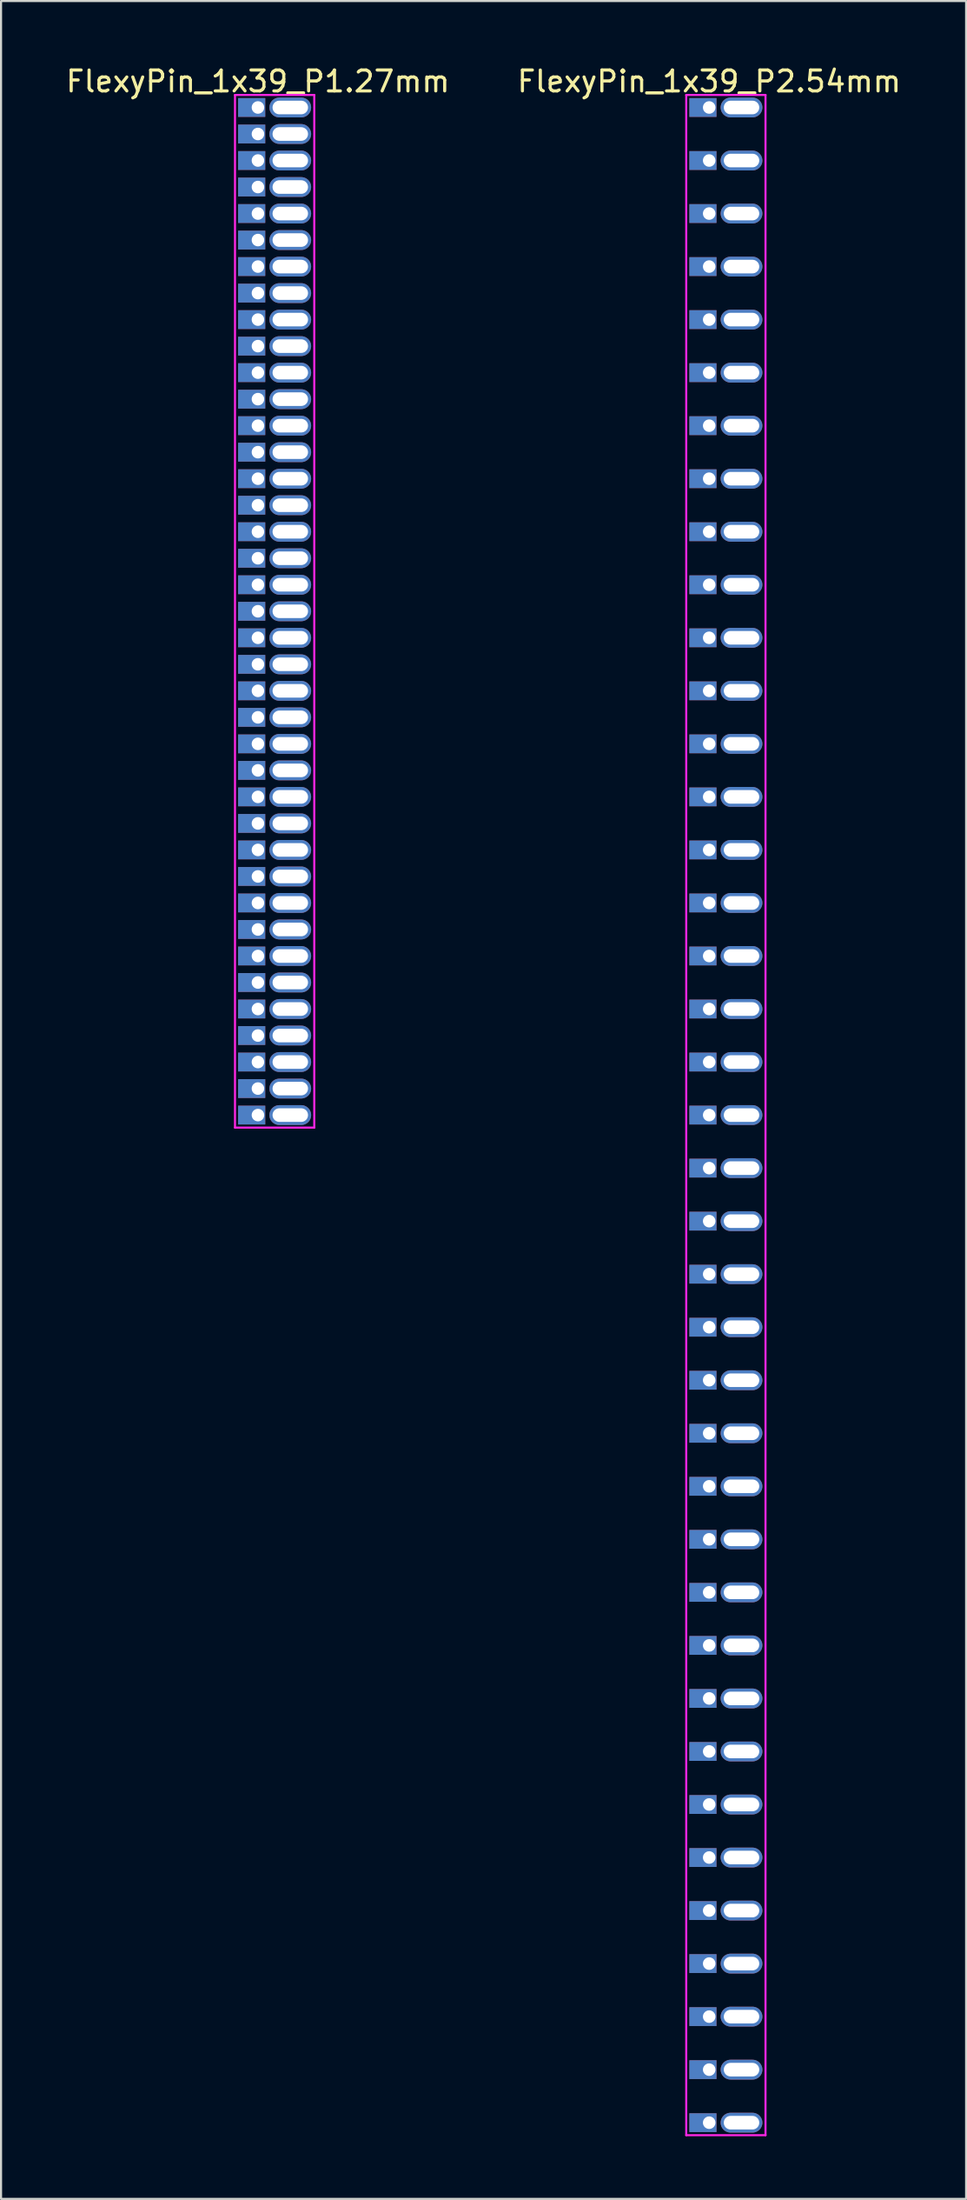
<source format=kicad_pcb>
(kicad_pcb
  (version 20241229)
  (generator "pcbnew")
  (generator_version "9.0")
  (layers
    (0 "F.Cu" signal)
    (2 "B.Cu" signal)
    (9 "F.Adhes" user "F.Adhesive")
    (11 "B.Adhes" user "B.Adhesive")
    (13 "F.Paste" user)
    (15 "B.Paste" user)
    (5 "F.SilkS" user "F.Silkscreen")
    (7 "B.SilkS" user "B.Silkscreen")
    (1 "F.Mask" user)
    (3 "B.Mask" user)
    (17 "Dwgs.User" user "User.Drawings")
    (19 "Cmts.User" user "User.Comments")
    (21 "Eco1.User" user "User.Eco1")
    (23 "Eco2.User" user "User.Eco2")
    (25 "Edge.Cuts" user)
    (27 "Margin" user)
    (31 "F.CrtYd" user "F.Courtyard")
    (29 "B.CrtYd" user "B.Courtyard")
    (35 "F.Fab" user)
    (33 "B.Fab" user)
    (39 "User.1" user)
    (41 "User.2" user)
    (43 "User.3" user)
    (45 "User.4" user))
  (footprint "FlexyPin_1x39_P2.54mm"
    (layer "F.Cu")
    (at 30.946 2.098)
    (property "Reference" "FlexyPin_1x39_P2.54mm" (at 0 -1.25 0) (layer "F.SilkS") (effects (font (size 1 1) (thickness 0.15))))
    (attr through_hole)
    (fp_line (start -1.1 -0.6) (end 2.7 -0.6) (stroke (width 0.1) (type solid)) (layer "F.CrtYd"))
    (fp_line (start -1.1 97.12) (end -1.1 -0.6) (stroke (width 0.1) (type solid)) (layer "F.CrtYd"))
    (fp_line (start 2.7 -0.6) (end 2.7 97.12) (stroke (width 0.1) (type solid)) (layer "F.CrtYd"))
    (fp_line (start 2.7 97.12) (end -1.1 97.12) (stroke (width 0.1) (type solid)) (layer "F.CrtYd"))
    (pad "" thru_hole oval (at 1.55 0) (size 2 0.95) (drill oval 1.7 0.65) (layers "*.Cu" "*.Mask"))
    (pad "" thru_hole oval (at 1.55 2.54) (size 2 0.95) (drill oval 1.7 0.65) (layers "*.Cu" "*.Mask"))
    (pad "" thru_hole oval (at 1.55 5.08) (size 2 0.95) (drill oval 1.7 0.65) (layers "*.Cu" "*.Mask"))
    (pad "" thru_hole oval (at 1.55 7.62) (size 2 0.95) (drill oval 1.7 0.65) (layers "*.Cu" "*.Mask"))
    (pad "" thru_hole oval (at 1.55 10.16) (size 2 0.95) (drill oval 1.7 0.65) (layers "*.Cu" "*.Mask"))
    (pad "" thru_hole oval (at 1.55 12.7) (size 2 0.95) (drill oval 1.7 0.65) (layers "*.Cu" "*.Mask"))
    (pad "" thru_hole oval (at 1.55 15.24) (size 2 0.95) (drill oval 1.7 0.65) (layers "*.Cu" "*.Mask"))
    (pad "" thru_hole oval (at 1.55 17.78) (size 2 0.95) (drill oval 1.7 0.65) (layers "*.Cu" "*.Mask"))
    (pad "" thru_hole oval (at 1.55 20.32) (size 2 0.95) (drill oval 1.7 0.65) (layers "*.Cu" "*.Mask"))
    (pad "" thru_hole oval (at 1.55 22.86) (size 2 0.95) (drill oval 1.7 0.65) (layers "*.Cu" "*.Mask"))
    (pad "" thru_hole oval (at 1.55 25.4) (size 2 0.95) (drill oval 1.7 0.65) (layers "*.Cu" "*.Mask"))
    (pad "" thru_hole oval (at 1.55 27.94) (size 2 0.95) (drill oval 1.7 0.65) (layers "*.Cu" "*.Mask"))
    (pad "" thru_hole oval (at 1.55 30.48) (size 2 0.95) (drill oval 1.7 0.65) (layers "*.Cu" "*.Mask"))
    (pad "" thru_hole oval (at 1.55 33.02) (size 2 0.95) (drill oval 1.7 0.65) (layers "*.Cu" "*.Mask"))
    (pad "" thru_hole oval (at 1.55 35.56) (size 2 0.95) (drill oval 1.7 0.65) (layers "*.Cu" "*.Mask"))
    (pad "" thru_hole oval (at 1.55 38.1) (size 2 0.95) (drill oval 1.7 0.65) (layers "*.Cu" "*.Mask"))
    (pad "" thru_hole oval (at 1.55 40.64) (size 2 0.95) (drill oval 1.7 0.65) (layers "*.Cu" "*.Mask"))
    (pad "" thru_hole oval (at 1.55 43.18) (size 2 0.95) (drill oval 1.7 0.65) (layers "*.Cu" "*.Mask"))
    (pad "" thru_hole oval (at 1.55 45.72) (size 2 0.95) (drill oval 1.7 0.65) (layers "*.Cu" "*.Mask"))
    (pad "" thru_hole oval (at 1.55 48.26) (size 2 0.95) (drill oval 1.7 0.65) (layers "*.Cu" "*.Mask"))
    (pad "" thru_hole oval (at 1.55 50.8) (size 2 0.95) (drill oval 1.7 0.65) (layers "*.Cu" "*.Mask"))
    (pad "" thru_hole oval (at 1.55 53.34) (size 2 0.95) (drill oval 1.7 0.65) (layers "*.Cu" "*.Mask"))
    (pad "" thru_hole oval (at 1.55 55.88) (size 2 0.95) (drill oval 1.7 0.65) (layers "*.Cu" "*.Mask"))
    (pad "" thru_hole oval (at 1.55 58.42) (size 2 0.95) (drill oval 1.7 0.65) (layers "*.Cu" "*.Mask"))
    (pad "" thru_hole oval (at 1.55 60.96) (size 2 0.95) (drill oval 1.7 0.65) (layers "*.Cu" "*.Mask"))
    (pad "" thru_hole oval (at 1.55 63.5) (size 2 0.95) (drill oval 1.7 0.65) (layers "*.Cu" "*.Mask"))
    (pad "" thru_hole oval (at 1.55 66.04) (size 2 0.95) (drill oval 1.7 0.65) (layers "*.Cu" "*.Mask"))
    (pad "" thru_hole oval (at 1.55 68.58) (size 2 0.95) (drill oval 1.7 0.65) (layers "*.Cu" "*.Mask"))
    (pad "" thru_hole oval (at 1.55 71.12) (size 2 0.95) (drill oval 1.7 0.65) (layers "*.Cu" "*.Mask"))
    (pad "" thru_hole oval (at 1.55 73.66) (size 2 0.95) (drill oval 1.7 0.65) (layers "*.Cu" "*.Mask"))
    (pad "" thru_hole oval (at 1.55 76.2) (size 2 0.95) (drill oval 1.7 0.65) (layers "*.Cu" "*.Mask"))
    (pad "" thru_hole oval (at 1.55 78.74) (size 2 0.95) (drill oval 1.7 0.65) (layers "*.Cu" "*.Mask"))
    (pad "" thru_hole oval (at 1.55 81.28) (size 2 0.95) (drill oval 1.7 0.65) (layers "*.Cu" "*.Mask"))
    (pad "" thru_hole oval (at 1.55 83.82) (size 2 0.95) (drill oval 1.7 0.65) (layers "*.Cu" "*.Mask"))
    (pad "" thru_hole oval (at 1.55 86.36) (size 2 0.95) (drill oval 1.7 0.65) (layers "*.Cu" "*.Mask"))
    (pad "" thru_hole oval (at 1.55 88.9) (size 2 0.95) (drill oval 1.7 0.65) (layers "*.Cu" "*.Mask"))
    (pad "" thru_hole oval (at 1.55 91.44) (size 2 0.95) (drill oval 1.7 0.65) (layers "*.Cu" "*.Mask"))
    (pad "" thru_hole oval (at 1.55 93.98) (size 2 0.95) (drill oval 1.7 0.65) (layers "*.Cu" "*.Mask"))
    (pad "" thru_hole oval (at 1.55 96.52) (size 2 0.95) (drill oval 1.7 0.65) (layers "*.Cu" "*.Mask"))
    (pad "1" thru_hole rect (at 0 0) (size 1.3 0.9) (drill 0.6 (offset -0.3 0)) (layers "*.Cu" "*.Mask"))
    (pad "2" thru_hole rect (at 0 2.54) (size 1.3 0.9) (drill 0.6 (offset -0.3 0)) (layers "*.Cu" "*.Mask"))
    (pad "3" thru_hole rect (at 0 5.08) (size 1.3 0.9) (drill 0.6 (offset -0.3 0)) (layers "*.Cu" "*.Mask"))
    (pad "4" thru_hole rect (at 0 7.62) (size 1.3 0.9) (drill 0.6 (offset -0.3 0)) (layers "*.Cu" "*.Mask"))
    (pad "5" thru_hole rect (at 0 10.16) (size 1.3 0.9) (drill 0.6 (offset -0.3 0)) (layers "*.Cu" "*.Mask"))
    (pad "6" thru_hole rect (at 0 12.7) (size 1.3 0.9) (drill 0.6 (offset -0.3 0)) (layers "*.Cu" "*.Mask"))
    (pad "7" thru_hole rect (at 0 15.24) (size 1.3 0.9) (drill 0.6 (offset -0.3 0)) (layers "*.Cu" "*.Mask"))
    (pad "8" thru_hole rect (at 0 17.78) (size 1.3 0.9) (drill 0.6 (offset -0.3 0)) (layers "*.Cu" "*.Mask"))
    (pad "9" thru_hole rect (at 0 20.32) (size 1.3 0.9) (drill 0.6 (offset -0.3 0)) (layers "*.Cu" "*.Mask"))
    (pad "10" thru_hole rect (at 0 22.86) (size 1.3 0.9) (drill 0.6 (offset -0.3 0)) (layers "*.Cu" "*.Mask"))
    (pad "11" thru_hole rect (at 0 25.4) (size 1.3 0.9) (drill 0.6 (offset -0.3 0)) (layers "*.Cu" "*.Mask"))
    (pad "12" thru_hole rect (at 0 27.94) (size 1.3 0.9) (drill 0.6 (offset -0.3 0)) (layers "*.Cu" "*.Mask"))
    (pad "13" thru_hole rect (at 0 30.48) (size 1.3 0.9) (drill 0.6 (offset -0.3 0)) (layers "*.Cu" "*.Mask"))
    (pad "14" thru_hole rect (at 0 33.02) (size 1.3 0.9) (drill 0.6 (offset -0.3 0)) (layers "*.Cu" "*.Mask"))
    (pad "15" thru_hole rect (at 0 35.56) (size 1.3 0.9) (drill 0.6 (offset -0.3 0)) (layers "*.Cu" "*.Mask"))
    (pad "16" thru_hole rect (at 0 38.1) (size 1.3 0.9) (drill 0.6 (offset -0.3 0)) (layers "*.Cu" "*.Mask"))
    (pad "17" thru_hole rect (at 0 40.64) (size 1.3 0.9) (drill 0.6 (offset -0.3 0)) (layers "*.Cu" "*.Mask"))
    (pad "18" thru_hole rect (at 0 43.18) (size 1.3 0.9) (drill 0.6 (offset -0.3 0)) (layers "*.Cu" "*.Mask"))
    (pad "19" thru_hole rect (at 0 45.72) (size 1.3 0.9) (drill 0.6 (offset -0.3 0)) (layers "*.Cu" "*.Mask"))
    (pad "20" thru_hole rect (at 0 48.26) (size 1.3 0.9) (drill 0.6 (offset -0.3 0)) (layers "*.Cu" "*.Mask"))
    (pad "21" thru_hole rect (at 0 50.8) (size 1.3 0.9) (drill 0.6 (offset -0.3 0)) (layers "*.Cu" "*.Mask"))
    (pad "22" thru_hole rect (at 0 53.34) (size 1.3 0.9) (drill 0.6 (offset -0.3 0)) (layers "*.Cu" "*.Mask"))
    (pad "23" thru_hole rect (at 0 55.88) (size 1.3 0.9) (drill 0.6 (offset -0.3 0)) (layers "*.Cu" "*.Mask"))
    (pad "24" thru_hole rect (at 0 58.42) (size 1.3 0.9) (drill 0.6 (offset -0.3 0)) (layers "*.Cu" "*.Mask"))
    (pad "25" thru_hole rect (at 0 60.96) (size 1.3 0.9) (drill 0.6 (offset -0.3 0)) (layers "*.Cu" "*.Mask"))
    (pad "26" thru_hole rect (at 0 63.5) (size 1.3 0.9) (drill 0.6 (offset -0.3 0)) (layers "*.Cu" "*.Mask"))
    (pad "27" thru_hole rect (at 0 66.04) (size 1.3 0.9) (drill 0.6 (offset -0.3 0)) (layers "*.Cu" "*.Mask"))
    (pad "28" thru_hole rect (at 0 68.58) (size 1.3 0.9) (drill 0.6 (offset -0.3 0)) (layers "*.Cu" "*.Mask"))
    (pad "29" thru_hole rect (at 0 71.12) (size 1.3 0.9) (drill 0.6 (offset -0.3 0)) (layers "*.Cu" "*.Mask"))
    (pad "30" thru_hole rect (at 0 73.66) (size 1.3 0.9) (drill 0.6 (offset -0.3 0)) (layers "*.Cu" "*.Mask"))
    (pad "31" thru_hole rect (at 0 76.2) (size 1.3 0.9) (drill 0.6 (offset -0.3 0)) (layers "*.Cu" "*.Mask"))
    (pad "32" thru_hole rect (at 0 78.74) (size 1.3 0.9) (drill 0.6 (offset -0.3 0)) (layers "*.Cu" "*.Mask"))
    (pad "33" thru_hole rect (at 0 81.28) (size 1.3 0.9) (drill 0.6 (offset -0.3 0)) (layers "*.Cu" "*.Mask"))
    (pad "34" thru_hole rect (at 0 83.82) (size 1.3 0.9) (drill 0.6 (offset -0.3 0)) (layers "*.Cu" "*.Mask"))
    (pad "35" thru_hole rect (at 0 86.36) (size 1.3 0.9) (drill 0.6 (offset -0.3 0)) (layers "*.Cu" "*.Mask"))
    (pad "36" thru_hole rect (at 0 88.9) (size 1.3 0.9) (drill 0.6 (offset -0.3 0)) (layers "*.Cu" "*.Mask"))
    (pad "37" thru_hole rect (at 0 91.44) (size 1.3 0.9) (drill 0.6 (offset -0.3 0)) (layers "*.Cu" "*.Mask"))
    (pad "38" thru_hole rect (at 0 93.98) (size 1.3 0.9) (drill 0.6 (offset -0.3 0)) (layers "*.Cu" "*.Mask"))
    (pad "39" thru_hole rect (at 0 96.52) (size 1.3 0.9) (drill 0.6 (offset -0.3 0)) (layers "*.Cu" "*.Mask")))
  (footprint "FlexyPin_1x39_P1.27mm"
    (layer "F.Cu")
    (at 9.315 2.098)
    (property "Reference" "FlexyPin_1x39_P1.27mm" (at 0 -1.25 0) (layer "F.SilkS") (effects (font (size 1 1) (thickness 0.15))))
    (attr through_hole)
    (fp_line (start -1.1 -0.6) (end 2.7 -0.6) (stroke (width 0.1) (type solid)) (layer "F.CrtYd"))
    (fp_line (start -1.1 48.86) (end -1.1 -0.6) (stroke (width 0.1) (type solid)) (layer "F.CrtYd"))
    (fp_line (start 2.7 -0.6) (end 2.7 48.86) (stroke (width 0.1) (type solid)) (layer "F.CrtYd"))
    (fp_line (start 2.7 48.86) (end -1.1 48.86) (stroke (width 0.1) (type solid)) (layer "F.CrtYd"))
    (pad "" thru_hole oval (at 1.55 0) (size 2 0.95) (drill oval 1.7 0.65) (layers "*.Cu" "*.Mask"))
    (pad "" thru_hole oval (at 1.55 1.27) (size 2 0.95) (drill oval 1.7 0.65) (layers "*.Cu" "*.Mask"))
    (pad "" thru_hole oval (at 1.55 2.54) (size 2 0.95) (drill oval 1.7 0.65) (layers "*.Cu" "*.Mask"))
    (pad "" thru_hole oval (at 1.55 3.81) (size 2 0.95) (drill oval 1.7 0.65) (layers "*.Cu" "*.Mask"))
    (pad "" thru_hole oval (at 1.55 5.08) (size 2 0.95) (drill oval 1.7 0.65) (layers "*.Cu" "*.Mask"))
    (pad "" thru_hole oval (at 1.55 6.35) (size 2 0.95) (drill oval 1.7 0.65) (layers "*.Cu" "*.Mask"))
    (pad "" thru_hole oval (at 1.55 7.62) (size 2 0.95) (drill oval 1.7 0.65) (layers "*.Cu" "*.Mask"))
    (pad "" thru_hole oval (at 1.55 8.89) (size 2 0.95) (drill oval 1.7 0.65) (layers "*.Cu" "*.Mask"))
    (pad "" thru_hole oval (at 1.55 10.16) (size 2 0.95) (drill oval 1.7 0.65) (layers "*.Cu" "*.Mask"))
    (pad "" thru_hole oval (at 1.55 11.43) (size 2 0.95) (drill oval 1.7 0.65) (layers "*.Cu" "*.Mask"))
    (pad "" thru_hole oval (at 1.55 12.7) (size 2 0.95) (drill oval 1.7 0.65) (layers "*.Cu" "*.Mask"))
    (pad "" thru_hole oval (at 1.55 13.97) (size 2 0.95) (drill oval 1.7 0.65) (layers "*.Cu" "*.Mask"))
    (pad "" thru_hole oval (at 1.55 15.24) (size 2 0.95) (drill oval 1.7 0.65) (layers "*.Cu" "*.Mask"))
    (pad "" thru_hole oval (at 1.55 16.51) (size 2 0.95) (drill oval 1.7 0.65) (layers "*.Cu" "*.Mask"))
    (pad "" thru_hole oval (at 1.55 17.78) (size 2 0.95) (drill oval 1.7 0.65) (layers "*.Cu" "*.Mask"))
    (pad "" thru_hole oval (at 1.55 19.05) (size 2 0.95) (drill oval 1.7 0.65) (layers "*.Cu" "*.Mask"))
    (pad "" thru_hole oval (at 1.55 20.32) (size 2 0.95) (drill oval 1.7 0.65) (layers "*.Cu" "*.Mask"))
    (pad "" thru_hole oval (at 1.55 21.59) (size 2 0.95) (drill oval 1.7 0.65) (layers "*.Cu" "*.Mask"))
    (pad "" thru_hole oval (at 1.55 22.86) (size 2 0.95) (drill oval 1.7 0.65) (layers "*.Cu" "*.Mask"))
    (pad "" thru_hole oval (at 1.55 24.13) (size 2 0.95) (drill oval 1.7 0.65) (layers "*.Cu" "*.Mask"))
    (pad "" thru_hole oval (at 1.55 25.4) (size 2 0.95) (drill oval 1.7 0.65) (layers "*.Cu" "*.Mask"))
    (pad "" thru_hole oval (at 1.55 26.67) (size 2 0.95) (drill oval 1.7 0.65) (layers "*.Cu" "*.Mask"))
    (pad "" thru_hole oval (at 1.55 27.94) (size 2 0.95) (drill oval 1.7 0.65) (layers "*.Cu" "*.Mask"))
    (pad "" thru_hole oval (at 1.55 29.21) (size 2 0.95) (drill oval 1.7 0.65) (layers "*.Cu" "*.Mask"))
    (pad "" thru_hole oval (at 1.55 30.48) (size 2 0.95) (drill oval 1.7 0.65) (layers "*.Cu" "*.Mask"))
    (pad "" thru_hole oval (at 1.55 31.75) (size 2 0.95) (drill oval 1.7 0.65) (layers "*.Cu" "*.Mask"))
    (pad "" thru_hole oval (at 1.55 33.02) (size 2 0.95) (drill oval 1.7 0.65) (layers "*.Cu" "*.Mask"))
    (pad "" thru_hole oval (at 1.55 34.29) (size 2 0.95) (drill oval 1.7 0.65) (layers "*.Cu" "*.Mask"))
    (pad "" thru_hole oval (at 1.55 35.56) (size 2 0.95) (drill oval 1.7 0.65) (layers "*.Cu" "*.Mask"))
    (pad "" thru_hole oval (at 1.55 36.83) (size 2 0.95) (drill oval 1.7 0.65) (layers "*.Cu" "*.Mask"))
    (pad "" thru_hole oval (at 1.55 38.1) (size 2 0.95) (drill oval 1.7 0.65) (layers "*.Cu" "*.Mask"))
    (pad "" thru_hole oval (at 1.55 39.37) (size 2 0.95) (drill oval 1.7 0.65) (layers "*.Cu" "*.Mask"))
    (pad "" thru_hole oval (at 1.55 40.64) (size 2 0.95) (drill oval 1.7 0.65) (layers "*.Cu" "*.Mask"))
    (pad "" thru_hole oval (at 1.55 41.91) (size 2 0.95) (drill oval 1.7 0.65) (layers "*.Cu" "*.Mask"))
    (pad "" thru_hole oval (at 1.55 43.18) (size 2 0.95) (drill oval 1.7 0.65) (layers "*.Cu" "*.Mask"))
    (pad "" thru_hole oval (at 1.55 44.45) (size 2 0.95) (drill oval 1.7 0.65) (layers "*.Cu" "*.Mask"))
    (pad "" thru_hole oval (at 1.55 45.72) (size 2 0.95) (drill oval 1.7 0.65) (layers "*.Cu" "*.Mask"))
    (pad "" thru_hole oval (at 1.55 46.99) (size 2 0.95) (drill oval 1.7 0.65) (layers "*.Cu" "*.Mask"))
    (pad "" thru_hole oval (at 1.55 48.26) (size 2 0.95) (drill oval 1.7 0.65) (layers "*.Cu" "*.Mask"))
    (pad "1" thru_hole rect (at 0 0) (size 1.3 0.9) (drill 0.6 (offset -0.3 0)) (layers "*.Cu" "*.Mask"))
    (pad "2" thru_hole rect (at 0 1.27) (size 1.3 0.9) (drill 0.6 (offset -0.3 0)) (layers "*.Cu" "*.Mask"))
    (pad "3" thru_hole rect (at 0 2.54) (size 1.3 0.9) (drill 0.6 (offset -0.3 0)) (layers "*.Cu" "*.Mask"))
    (pad "4" thru_hole rect (at 0 3.81) (size 1.3 0.9) (drill 0.6 (offset -0.3 0)) (layers "*.Cu" "*.Mask"))
    (pad "5" thru_hole rect (at 0 5.08) (size 1.3 0.9) (drill 0.6 (offset -0.3 0)) (layers "*.Cu" "*.Mask"))
    (pad "6" thru_hole rect (at 0 6.35) (size 1.3 0.9) (drill 0.6 (offset -0.3 0)) (layers "*.Cu" "*.Mask"))
    (pad "7" thru_hole rect (at 0 7.62) (size 1.3 0.9) (drill 0.6 (offset -0.3 0)) (layers "*.Cu" "*.Mask"))
    (pad "8" thru_hole rect (at 0 8.89) (size 1.3 0.9) (drill 0.6 (offset -0.3 0)) (layers "*.Cu" "*.Mask"))
    (pad "9" thru_hole rect (at 0 10.16) (size 1.3 0.9) (drill 0.6 (offset -0.3 0)) (layers "*.Cu" "*.Mask"))
    (pad "10" thru_hole rect (at 0 11.43) (size 1.3 0.9) (drill 0.6 (offset -0.3 0)) (layers "*.Cu" "*.Mask"))
    (pad "11" thru_hole rect (at 0 12.7) (size 1.3 0.9) (drill 0.6 (offset -0.3 0)) (layers "*.Cu" "*.Mask"))
    (pad "12" thru_hole rect (at 0 13.97) (size 1.3 0.9) (drill 0.6 (offset -0.3 0)) (layers "*.Cu" "*.Mask"))
    (pad "13" thru_hole rect (at 0 15.24) (size 1.3 0.9) (drill 0.6 (offset -0.3 0)) (layers "*.Cu" "*.Mask"))
    (pad "14" thru_hole rect (at 0 16.51) (size 1.3 0.9) (drill 0.6 (offset -0.3 0)) (layers "*.Cu" "*.Mask"))
    (pad "15" thru_hole rect (at 0 17.78) (size 1.3 0.9) (drill 0.6 (offset -0.3 0)) (layers "*.Cu" "*.Mask"))
    (pad "16" thru_hole rect (at 0 19.05) (size 1.3 0.9) (drill 0.6 (offset -0.3 0)) (layers "*.Cu" "*.Mask"))
    (pad "17" thru_hole rect (at 0 20.32) (size 1.3 0.9) (drill 0.6 (offset -0.3 0)) (layers "*.Cu" "*.Mask"))
    (pad "18" thru_hole rect (at 0 21.59) (size 1.3 0.9) (drill 0.6 (offset -0.3 0)) (layers "*.Cu" "*.Mask"))
    (pad "19" thru_hole rect (at 0 22.86) (size 1.3 0.9) (drill 0.6 (offset -0.3 0)) (layers "*.Cu" "*.Mask"))
    (pad "20" thru_hole rect (at 0 24.13) (size 1.3 0.9) (drill 0.6 (offset -0.3 0)) (layers "*.Cu" "*.Mask"))
    (pad "21" thru_hole rect (at 0 25.4) (size 1.3 0.9) (drill 0.6 (offset -0.3 0)) (layers "*.Cu" "*.Mask"))
    (pad "22" thru_hole rect (at 0 26.67) (size 1.3 0.9) (drill 0.6 (offset -0.3 0)) (layers "*.Cu" "*.Mask"))
    (pad "23" thru_hole rect (at 0 27.94) (size 1.3 0.9) (drill 0.6 (offset -0.3 0)) (layers "*.Cu" "*.Mask"))
    (pad "24" thru_hole rect (at 0 29.21) (size 1.3 0.9) (drill 0.6 (offset -0.3 0)) (layers "*.Cu" "*.Mask"))
    (pad "25" thru_hole rect (at 0 30.48) (size 1.3 0.9) (drill 0.6 (offset -0.3 0)) (layers "*.Cu" "*.Mask"))
    (pad "26" thru_hole rect (at 0 31.75) (size 1.3 0.9) (drill 0.6 (offset -0.3 0)) (layers "*.Cu" "*.Mask"))
    (pad "27" thru_hole rect (at 0 33.02) (size 1.3 0.9) (drill 0.6 (offset -0.3 0)) (layers "*.Cu" "*.Mask"))
    (pad "28" thru_hole rect (at 0 34.29) (size 1.3 0.9) (drill 0.6 (offset -0.3 0)) (layers "*.Cu" "*.Mask"))
    (pad "29" thru_hole rect (at 0 35.56) (size 1.3 0.9) (drill 0.6 (offset -0.3 0)) (layers "*.Cu" "*.Mask"))
    (pad "30" thru_hole rect (at 0 36.83) (size 1.3 0.9) (drill 0.6 (offset -0.3 0)) (layers "*.Cu" "*.Mask"))
    (pad "31" thru_hole rect (at 0 38.1) (size 1.3 0.9) (drill 0.6 (offset -0.3 0)) (layers "*.Cu" "*.Mask"))
    (pad "32" thru_hole rect (at 0 39.37) (size 1.3 0.9) (drill 0.6 (offset -0.3 0)) (layers "*.Cu" "*.Mask"))
    (pad "33" thru_hole rect (at 0 40.64) (size 1.3 0.9) (drill 0.6 (offset -0.3 0)) (layers "*.Cu" "*.Mask"))
    (pad "34" thru_hole rect (at 0 41.91) (size 1.3 0.9) (drill 0.6 (offset -0.3 0)) (layers "*.Cu" "*.Mask"))
    (pad "35" thru_hole rect (at 0 43.18) (size 1.3 0.9) (drill 0.6 (offset -0.3 0)) (layers "*.Cu" "*.Mask"))
    (pad "36" thru_hole rect (at 0 44.45) (size 1.3 0.9) (drill 0.6 (offset -0.3 0)) (layers "*.Cu" "*.Mask"))
    (pad "37" thru_hole rect (at 0 45.72) (size 1.3 0.9) (drill 0.6 (offset -0.3 0)) (layers "*.Cu" "*.Mask"))
    (pad "38" thru_hole rect (at 0 46.99) (size 1.3 0.9) (drill 0.6 (offset -0.3 0)) (layers "*.Cu" "*.Mask"))
    (pad "39" thru_hole rect (at 0 48.26) (size 1.3 0.9) (drill 0.6 (offset -0.3 0)) (layers "*.Cu" "*.Mask")))
  (gr_rect
    (start -3 -3)
    (end 43.262 102.268)
    (stroke (width 0.1) (type default))
    (fill no)
    (layer "Edge.Cuts")))
</source>
